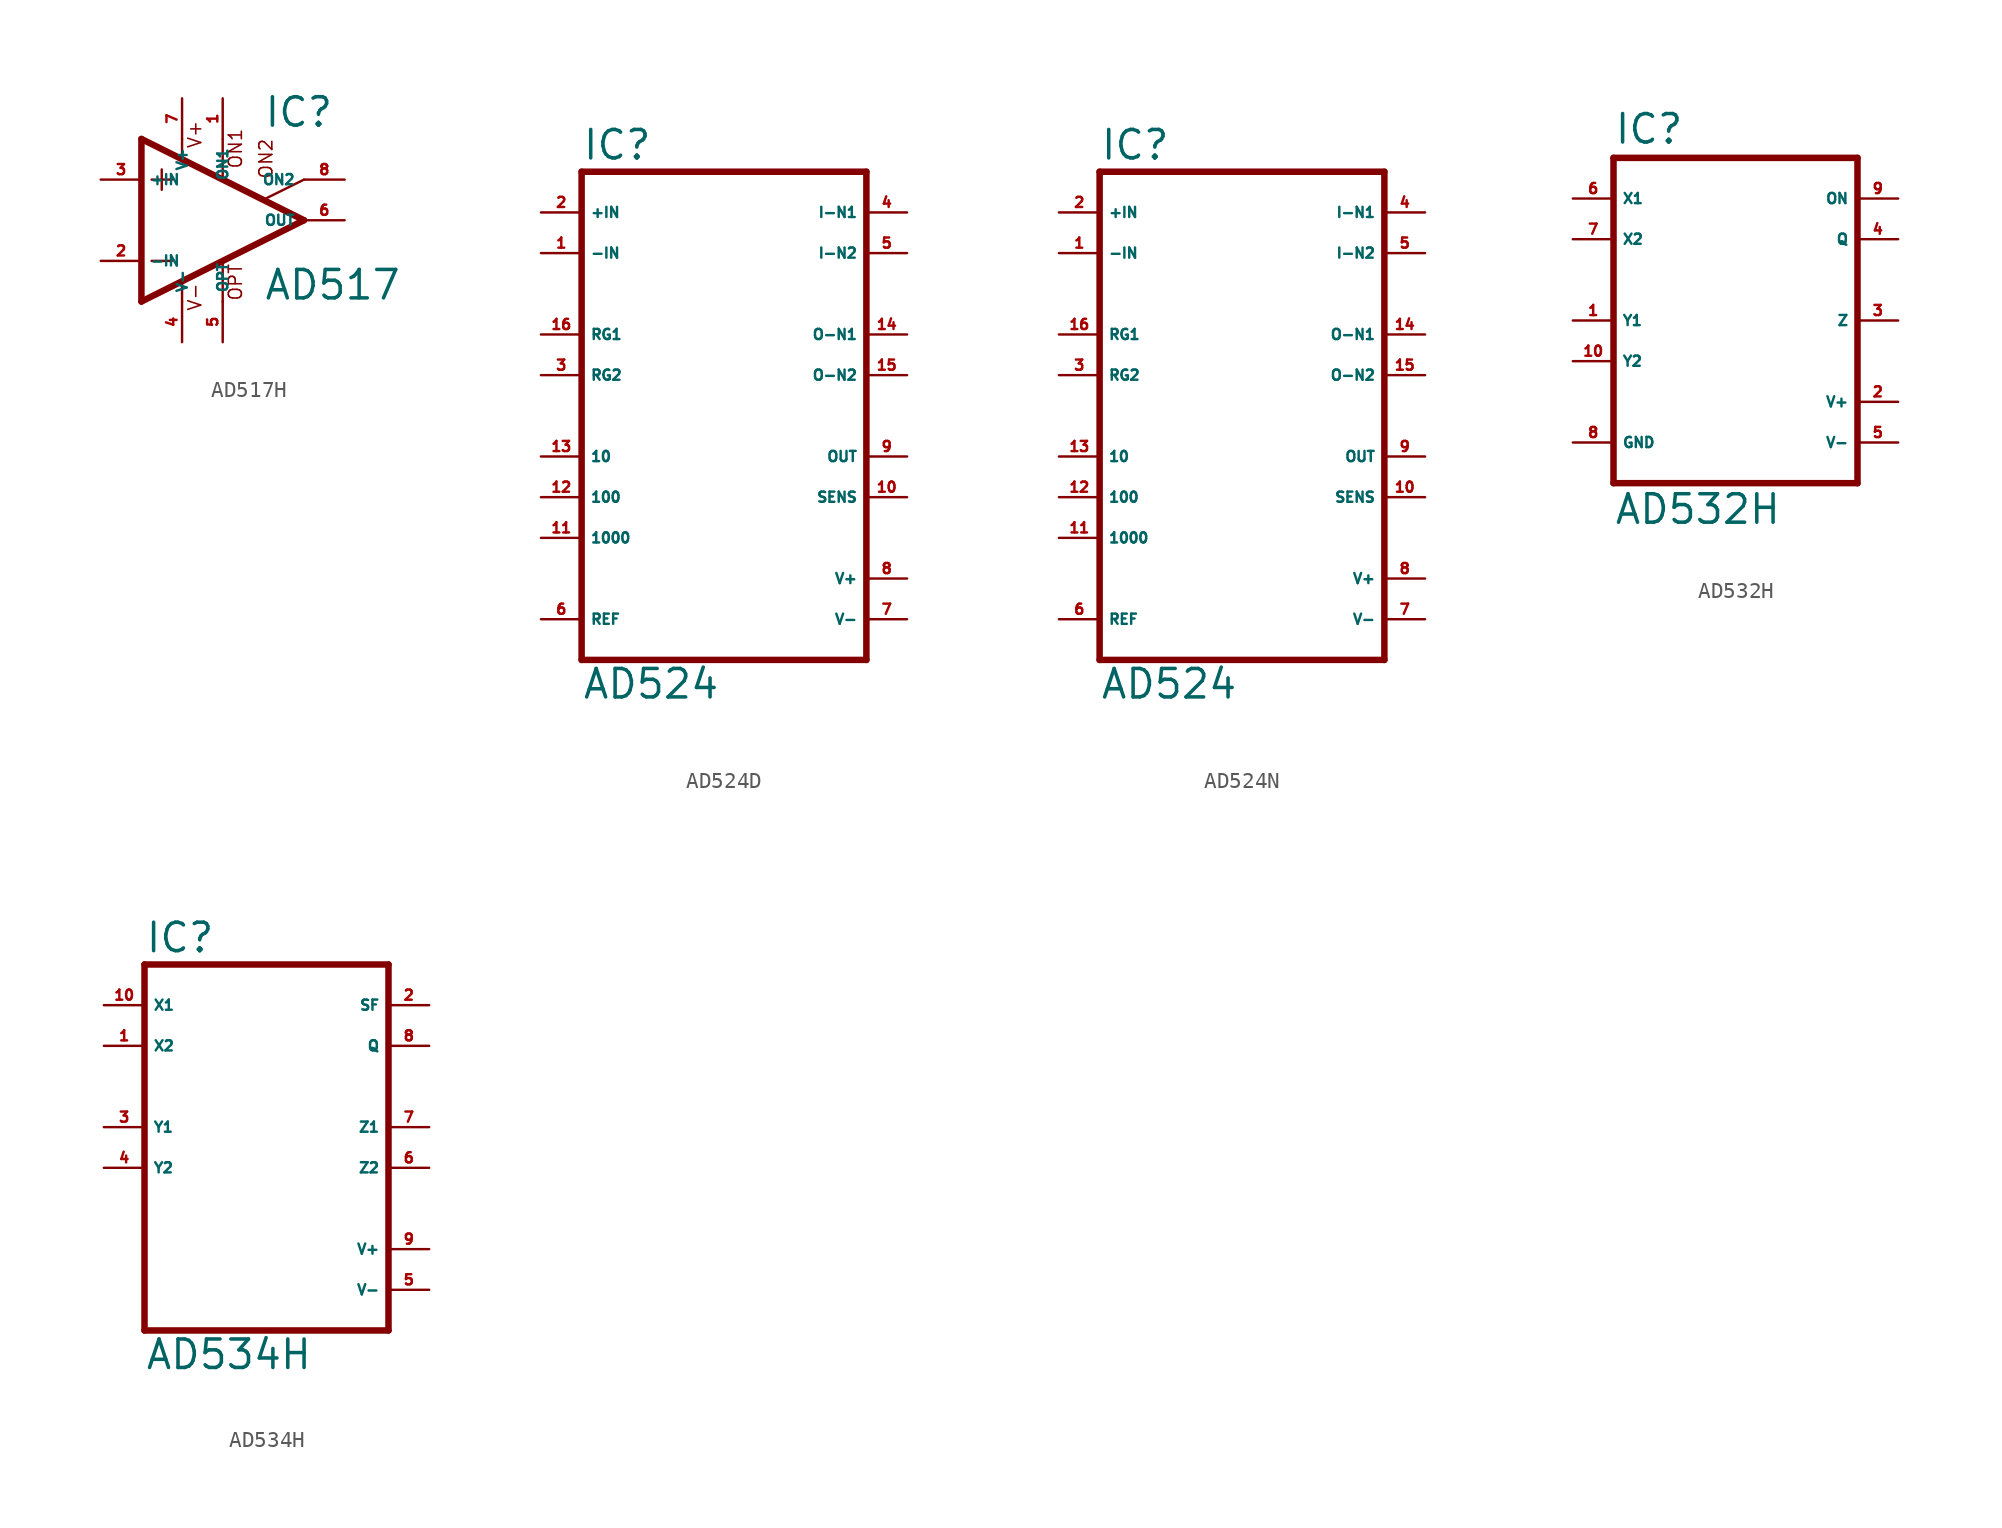
<source format=kicad_sym>
(kicad_symbol_lib
  (version 20220914)
  (generator Eagle2Kicad)
  (symbol "AD517H"
    (property "Reference" "IC"
      (at 2.54 5.715 0)
      (effects (font (size 1.778 1.778) (thickness 0.22)) (justify left bottom)))
    (property "Value" "AD517"
      (at 2.54 -5.08 0)
      (effects (font (size 1.778 1.778) (thickness 0.22)) (justify left bottom)))
    (polyline
      (pts (xy -3.81 3.175) (xy -3.81 1.905))
      (stroke (width 0.152) (type default))
      (fill (type none)))
    (polyline
      (pts (xy -4.445 2.54) (xy -3.175 2.54))
      (stroke (width 0.152) (type default))
      (fill (type none)))
    (polyline
      (pts (xy -4.445 -2.54) (xy -3.175 -2.54))
      (stroke (width 0.152) (type default))
      (fill (type none)))
    (polyline
      (pts (xy -2.54 5.08) (xy -2.54 3.886))
      (stroke (width 0.152) (type default))
      (fill (type none)))
    (polyline
      (pts (xy 0 5.055) (xy 0 2.616))
      (stroke (width 0.152) (type default))
      (fill (type none)))
    (polyline
      (pts (xy 0 -2.616) (xy 0 -5.08))
      (stroke (width 0.152) (type default))
      (fill (type none)))
    (polyline
      (pts (xy -2.54 -3.912) (xy -2.54 -5.08))
      (stroke (width 0.152) (type default))
      (fill (type none)))
    (polyline
      (pts (xy 5.08 2.54) (xy 2.616 1.321))
      (stroke (width 0.152) (type default))
      (fill (type none)))
    (polyline
      (pts (xy 5.08 0) (xy -5.08 5.08))
      (stroke (width 0.406) (type default))
      (fill (type none)))
    (polyline
      (pts (xy -5.08 5.08) (xy -5.08 -5.08))
      (stroke (width 0.406) (type default))
      (fill (type none)))
    (polyline
      (pts (xy -5.08 -5.08) (xy 5.08 0))
      (stroke (width 0.406) (type default))
      (fill (type none)))
    (text "ON1"
      (at 1.27 3.175 900)
      (effects (font (size 0.813 0.813) (thickness 0.10)) (justify left bottom)))
    (text "ON2"
      (at 3.175 2.54 900)
      (effects (font (size 0.813 0.813) (thickness 0.10)) (justify left bottom)))
    (text "OPT"
      (at 1.27 -5.08 900)
      (effects (font (size 0.813 0.813) (thickness 0.10)) (justify left bottom)))
    (text "V+"
      (at -1.27 4.445 900)
      (effects (font (size 0.813 0.813) (thickness 0.10)) (justify left bottom)))
    (text "V-"
      (at -1.27 -5.715 900)
      (effects (font (size 0.813 0.813) (thickness 0.10)) (justify left bottom)))
    (pin passive line
      (at 7.62 2.54 180)
      (length 2.54)
      (name "ON2" (effects (font (size 0.635 0.635) (thickness 0.08)) (justify left bottom)))
      (number "8" (effects (font (size 0.635 0.635) (thickness 0.08)) (justify left bottom))))
    (pin passive line
      (at 0 7.62 270)
      (length 2.54)
      (name "ON1" (effects (font (size 0.635 0.635) (thickness 0.08)) (justify left bottom)))
      (number "1" (effects (font (size 0.635 0.635) (thickness 0.08)) (justify left bottom))))
    (pin input line
      (at -7.62 -2.54 0)
      (length 2.54)
      (name "-IN" (effects (font (size 0.635 0.635) (thickness 0.08)) (justify left bottom)))
      (number "2" (effects (font (size 0.635 0.635) (thickness 0.08)) (justify left bottom))))
    (pin input line
      (at -7.62 2.54 0)
      (length 2.54)
      (name "+IN" (effects (font (size 0.635 0.635) (thickness 0.08)) (justify left bottom)))
      (number "3" (effects (font (size 0.635 0.635) (thickness 0.08)) (justify left bottom))))
    (pin output line
      (at 7.62 0 180)
      (length 2.54)
      (name "OUT" (effects (font (size 0.635 0.635) (thickness 0.08)) (justify left bottom)))
      (number "6" (effects (font (size 0.635 0.635) (thickness 0.08)) (justify left bottom))))
    (pin passive line
      (at 0 -7.62 90)
      (length 2.54)
      (name "OPT" (effects (font (size 0.635 0.635) (thickness 0.08)) (justify left bottom)))
      (number "5" (effects (font (size 0.635 0.635) (thickness 0.08)) (justify left bottom))))
    (pin unspecified line
      (at -2.54 7.62 270)
      (length 2.54)
      (name "V+" (effects (font (size 0.635 0.635) (thickness 0.08)) (justify left bottom)))
      (number "7" (effects (font (size 0.635 0.635) (thickness 0.08)) (justify left bottom))))
    (pin unspecified line
      (at -2.54 -7.62 90)
      (length 2.54)
      (name "V-" (effects (font (size 0.635 0.635) (thickness 0.08)) (justify left bottom)))
      (number "4" (effects (font (size 0.635 0.635) (thickness 0.08)) (justify left bottom)))))
  (symbol "AD524D"
    (property "Reference" "IC"
      (at -7.62 15.875 0)
      (effects (font (size 1.778 1.778) (thickness 0.22)) (justify left bottom)))
    (property "Value" "AD524"
      (at -7.62 -17.78 0)
      (effects (font (size 1.778 1.778) (thickness 0.22)) (justify left bottom)))
    (polyline
      (pts (xy -7.62 15.24) (xy -7.62 -15.24))
      (stroke (width 0.406) (type default))
      (fill (type none)))
    (polyline
      (pts (xy -7.62 -15.24) (xy 10.16 -15.24))
      (stroke (width 0.406) (type default))
      (fill (type none)))
    (polyline
      (pts (xy 10.16 -15.24) (xy 10.16 15.24))
      (stroke (width 0.406) (type default))
      (fill (type none)))
    (polyline
      (pts (xy 10.16 15.24) (xy -7.62 15.24))
      (stroke (width 0.406) (type default))
      (fill (type none)))
    (pin input line
      (at -10.16 12.7 0)
      (length 2.54)
      (name "+IN" (effects (font (size 0.635 0.635) (thickness 0.08)) (justify left bottom)))
      (number "2" (effects (font (size 0.635 0.635) (thickness 0.08)) (justify left bottom))))
    (pin input line
      (at -10.16 10.16 0)
      (length 2.54)
      (name "-IN" (effects (font (size 0.635 0.635) (thickness 0.08)) (justify left bottom)))
      (number "1" (effects (font (size 0.635 0.635) (thickness 0.08)) (justify left bottom))))
    (pin passive line
      (at -10.16 5.08 0)
      (length 2.54)
      (name "RG1" (effects (font (size 0.635 0.635) (thickness 0.08)) (justify left bottom)))
      (number "16" (effects (font (size 0.635 0.635) (thickness 0.08)) (justify left bottom))))
    (pin passive line
      (at -10.16 2.54 0)
      (length 2.54)
      (name "RG2" (effects (font (size 0.635 0.635) (thickness 0.08)) (justify left bottom)))
      (number "3" (effects (font (size 0.635 0.635) (thickness 0.08)) (justify left bottom))))
    (pin output line
      (at -10.16 -2.54 0)
      (length 2.54)
      (name "10" (effects (font (size 0.635 0.635) (thickness 0.08)) (justify left bottom)))
      (number "13" (effects (font (size 0.635 0.635) (thickness 0.08)) (justify left bottom))))
    (pin output line
      (at -10.16 -5.08 0)
      (length 2.54)
      (name "100" (effects (font (size 0.635 0.635) (thickness 0.08)) (justify left bottom)))
      (number "12" (effects (font (size 0.635 0.635) (thickness 0.08)) (justify left bottom))))
    (pin output line
      (at -10.16 -7.62 0)
      (length 2.54)
      (name "1000" (effects (font (size 0.635 0.635) (thickness 0.08)) (justify left bottom)))
      (number "11" (effects (font (size 0.635 0.635) (thickness 0.08)) (justify left bottom))))
    (pin input line
      (at -10.16 -12.7 0)
      (length 2.54)
      (name "REF" (effects (font (size 0.635 0.635) (thickness 0.08)) (justify left bottom)))
      (number "6" (effects (font (size 0.635 0.635) (thickness 0.08)) (justify left bottom))))
    (pin unspecified line
      (at 12.7 -12.7 180)
      (length 2.54)
      (name "V-" (effects (font (size 0.635 0.635) (thickness 0.08)) (justify left bottom)))
      (number "7" (effects (font (size 0.635 0.635) (thickness 0.08)) (justify left bottom))))
    (pin unspecified line
      (at 12.7 -10.16 180)
      (length 2.54)
      (name "V+" (effects (font (size 0.635 0.635) (thickness 0.08)) (justify left bottom)))
      (number "8" (effects (font (size 0.635 0.635) (thickness 0.08)) (justify left bottom))))
    (pin input line
      (at 12.7 -5.08 180)
      (length 2.54)
      (name "SENS" (effects (font (size 0.635 0.635) (thickness 0.08)) (justify left bottom)))
      (number "10" (effects (font (size 0.635 0.635) (thickness 0.08)) (justify left bottom))))
    (pin output line
      (at 12.7 -2.54 180)
      (length 2.54)
      (name "OUT" (effects (font (size 0.635 0.635) (thickness 0.08)) (justify left bottom)))
      (number "9" (effects (font (size 0.635 0.635) (thickness 0.08)) (justify left bottom))))
    (pin input line
      (at 12.7 2.54 180)
      (length 2.54)
      (name "O-N2" (effects (font (size 0.635 0.635) (thickness 0.08)) (justify left bottom)))
      (number "15" (effects (font (size 0.635 0.635) (thickness 0.08)) (justify left bottom))))
    (pin input line
      (at 12.7 5.08 180)
      (length 2.54)
      (name "O-N1" (effects (font (size 0.635 0.635) (thickness 0.08)) (justify left bottom)))
      (number "14" (effects (font (size 0.635 0.635) (thickness 0.08)) (justify left bottom))))
    (pin input line
      (at 12.7 10.16 180)
      (length 2.54)
      (name "I-N2" (effects (font (size 0.635 0.635) (thickness 0.08)) (justify left bottom)))
      (number "5" (effects (font (size 0.635 0.635) (thickness 0.08)) (justify left bottom))))
    (pin input line
      (at 12.7 12.7 180)
      (length 2.54)
      (name "I-N1" (effects (font (size 0.635 0.635) (thickness 0.08)) (justify left bottom)))
      (number "4" (effects (font (size 0.635 0.635) (thickness 0.08)) (justify left bottom)))))
  (symbol "AD524N"
    (property "Reference" "IC"
      (at -7.62 15.875 0)
      (effects (font (size 1.778 1.778) (thickness 0.22)) (justify left bottom)))
    (property "Value" "AD524"
      (at -7.62 -17.78 0)
      (effects (font (size 1.778 1.778) (thickness 0.22)) (justify left bottom)))
    (polyline
      (pts (xy -7.62 15.24) (xy -7.62 -15.24))
      (stroke (width 0.406) (type default))
      (fill (type none)))
    (polyline
      (pts (xy -7.62 -15.24) (xy 10.16 -15.24))
      (stroke (width 0.406) (type default))
      (fill (type none)))
    (polyline
      (pts (xy 10.16 -15.24) (xy 10.16 15.24))
      (stroke (width 0.406) (type default))
      (fill (type none)))
    (polyline
      (pts (xy 10.16 15.24) (xy -7.62 15.24))
      (stroke (width 0.406) (type default))
      (fill (type none)))
    (pin input line
      (at -10.16 12.7 0)
      (length 2.54)
      (name "+IN" (effects (font (size 0.635 0.635) (thickness 0.08)) (justify left bottom)))
      (number "2" (effects (font (size 0.635 0.635) (thickness 0.08)) (justify left bottom))))
    (pin input line
      (at -10.16 10.16 0)
      (length 2.54)
      (name "-IN" (effects (font (size 0.635 0.635) (thickness 0.08)) (justify left bottom)))
      (number "1" (effects (font (size 0.635 0.635) (thickness 0.08)) (justify left bottom))))
    (pin passive line
      (at -10.16 5.08 0)
      (length 2.54)
      (name "RG1" (effects (font (size 0.635 0.635) (thickness 0.08)) (justify left bottom)))
      (number "16" (effects (font (size 0.635 0.635) (thickness 0.08)) (justify left bottom))))
    (pin passive line
      (at -10.16 2.54 0)
      (length 2.54)
      (name "RG2" (effects (font (size 0.635 0.635) (thickness 0.08)) (justify left bottom)))
      (number "3" (effects (font (size 0.635 0.635) (thickness 0.08)) (justify left bottom))))
    (pin output line
      (at -10.16 -2.54 0)
      (length 2.54)
      (name "10" (effects (font (size 0.635 0.635) (thickness 0.08)) (justify left bottom)))
      (number "13" (effects (font (size 0.635 0.635) (thickness 0.08)) (justify left bottom))))
    (pin output line
      (at -10.16 -5.08 0)
      (length 2.54)
      (name "100" (effects (font (size 0.635 0.635) (thickness 0.08)) (justify left bottom)))
      (number "12" (effects (font (size 0.635 0.635) (thickness 0.08)) (justify left bottom))))
    (pin output line
      (at -10.16 -7.62 0)
      (length 2.54)
      (name "1000" (effects (font (size 0.635 0.635) (thickness 0.08)) (justify left bottom)))
      (number "11" (effects (font (size 0.635 0.635) (thickness 0.08)) (justify left bottom))))
    (pin input line
      (at -10.16 -12.7 0)
      (length 2.54)
      (name "REF" (effects (font (size 0.635 0.635) (thickness 0.08)) (justify left bottom)))
      (number "6" (effects (font (size 0.635 0.635) (thickness 0.08)) (justify left bottom))))
    (pin unspecified line
      (at 12.7 -12.7 180)
      (length 2.54)
      (name "V-" (effects (font (size 0.635 0.635) (thickness 0.08)) (justify left bottom)))
      (number "7" (effects (font (size 0.635 0.635) (thickness 0.08)) (justify left bottom))))
    (pin unspecified line
      (at 12.7 -10.16 180)
      (length 2.54)
      (name "V+" (effects (font (size 0.635 0.635) (thickness 0.08)) (justify left bottom)))
      (number "8" (effects (font (size 0.635 0.635) (thickness 0.08)) (justify left bottom))))
    (pin input line
      (at 12.7 -5.08 180)
      (length 2.54)
      (name "SENS" (effects (font (size 0.635 0.635) (thickness 0.08)) (justify left bottom)))
      (number "10" (effects (font (size 0.635 0.635) (thickness 0.08)) (justify left bottom))))
    (pin output line
      (at 12.7 -2.54 180)
      (length 2.54)
      (name "OUT" (effects (font (size 0.635 0.635) (thickness 0.08)) (justify left bottom)))
      (number "9" (effects (font (size 0.635 0.635) (thickness 0.08)) (justify left bottom))))
    (pin input line
      (at 12.7 2.54 180)
      (length 2.54)
      (name "O-N2" (effects (font (size 0.635 0.635) (thickness 0.08)) (justify left bottom)))
      (number "15" (effects (font (size 0.635 0.635) (thickness 0.08)) (justify left bottom))))
    (pin input line
      (at 12.7 5.08 180)
      (length 2.54)
      (name "O-N1" (effects (font (size 0.635 0.635) (thickness 0.08)) (justify left bottom)))
      (number "14" (effects (font (size 0.635 0.635) (thickness 0.08)) (justify left bottom))))
    (pin input line
      (at 12.7 10.16 180)
      (length 2.54)
      (name "I-N2" (effects (font (size 0.635 0.635) (thickness 0.08)) (justify left bottom)))
      (number "5" (effects (font (size 0.635 0.635) (thickness 0.08)) (justify left bottom))))
    (pin input line
      (at 12.7 12.7 180)
      (length 2.54)
      (name "I-N1" (effects (font (size 0.635 0.635) (thickness 0.08)) (justify left bottom)))
      (number "4" (effects (font (size 0.635 0.635) (thickness 0.08)) (justify left bottom)))))
  (symbol "AD532H"
    (property "Reference" "IC"
      (at -7.62 10.922 0)
      (effects (font (size 1.778 1.778) (thickness 0.22)) (justify left bottom)))
    (property "Value" "AD532H"
      (at -7.62 -12.827 0)
      (effects (font (size 1.778 1.778) (thickness 0.22)) (justify left bottom)))
    (polyline
      (pts (xy -7.62 -10.16) (xy 7.62 -10.16))
      (stroke (width 0.406) (type default))
      (fill (type none)))
    (polyline
      (pts (xy 7.62 -10.16) (xy 7.62 10.16))
      (stroke (width 0.406) (type default))
      (fill (type none)))
    (polyline
      (pts (xy 7.62 10.16) (xy -7.62 10.16))
      (stroke (width 0.406) (type default))
      (fill (type none)))
    (polyline
      (pts (xy -7.62 10.16) (xy -7.62 -10.16))
      (stroke (width 0.406) (type default))
      (fill (type none)))
    (pin input line
      (at -10.16 7.62 0)
      (length 2.54)
      (name "X1" (effects (font (size 0.635 0.635) (thickness 0.08)) (justify left bottom)))
      (number "6" (effects (font (size 0.635 0.635) (thickness 0.08)) (justify left bottom))))
    (pin output line
      (at 10.16 5.08 180)
      (length 2.54)
      (name "Q" (effects (font (size 0.635 0.635) (thickness 0.08)) (justify left bottom)))
      (number "4" (effects (font (size 0.635 0.635) (thickness 0.08)) (justify left bottom))))
    (pin input line
      (at 10.16 7.62 180)
      (length 2.54)
      (name "ON" (effects (font (size 0.635 0.635) (thickness 0.08)) (justify left bottom)))
      (number "9" (effects (font (size 0.635 0.635) (thickness 0.08)) (justify left bottom))))
    (pin input line
      (at -10.16 0 0)
      (length 2.54)
      (name "Y1" (effects (font (size 0.635 0.635) (thickness 0.08)) (justify left bottom)))
      (number "1" (effects (font (size 0.635 0.635) (thickness 0.08)) (justify left bottom))))
    (pin unspecified line
      (at -10.16 -7.62 0)
      (length 2.54)
      (name "GND" (effects (font (size 0.635 0.635) (thickness 0.08)) (justify left bottom)))
      (number "8" (effects (font (size 0.635 0.635) (thickness 0.08)) (justify left bottom))))
    (pin input line
      (at 10.16 0 180)
      (length 2.54)
      (name "Z" (effects (font (size 0.635 0.635) (thickness 0.08)) (justify left bottom)))
      (number "3" (effects (font (size 0.635 0.635) (thickness 0.08)) (justify left bottom))))
    (pin input line
      (at -10.16 5.08 0)
      (length 2.54)
      (name "X2" (effects (font (size 0.635 0.635) (thickness 0.08)) (justify left bottom)))
      (number "7" (effects (font (size 0.635 0.635) (thickness 0.08)) (justify left bottom))))
    (pin input line
      (at -10.16 -2.54 0)
      (length 2.54)
      (name "Y2" (effects (font (size 0.635 0.635) (thickness 0.08)) (justify left bottom)))
      (number "10" (effects (font (size 0.635 0.635) (thickness 0.08)) (justify left bottom))))
    (pin unspecified line
      (at 10.16 -5.08 180)
      (length 2.54)
      (name "V+" (effects (font (size 0.635 0.635) (thickness 0.08)) (justify left bottom)))
      (number "2" (effects (font (size 0.635 0.635) (thickness 0.08)) (justify left bottom))))
    (pin unspecified line
      (at 10.16 -7.62 180)
      (length 2.54)
      (name "V-" (effects (font (size 0.635 0.635) (thickness 0.08)) (justify left bottom)))
      (number "5" (effects (font (size 0.635 0.635) (thickness 0.08)) (justify left bottom)))))
  (symbol "AD534H"
    (property "Reference" "IC"
      (at -7.62 10.795 0)
      (effects (font (size 1.778 1.778) (thickness 0.22)) (justify left bottom)))
    (property "Value" "AD534H"
      (at -7.62 -15.24 0)
      (effects (font (size 1.778 1.778) (thickness 0.22)) (justify left bottom)))
    (polyline
      (pts (xy -7.62 -12.7) (xy 7.62 -12.7))
      (stroke (width 0.406) (type default))
      (fill (type none)))
    (polyline
      (pts (xy 7.62 -12.7) (xy 7.62 10.16))
      (stroke (width 0.406) (type default))
      (fill (type none)))
    (polyline
      (pts (xy 7.62 10.16) (xy -7.62 10.16))
      (stroke (width 0.406) (type default))
      (fill (type none)))
    (polyline
      (pts (xy -7.62 10.16) (xy -7.62 -12.7))
      (stroke (width 0.406) (type default))
      (fill (type none)))
    (pin input line
      (at -10.16 7.62 0)
      (length 2.54)
      (name "X1" (effects (font (size 0.635 0.635) (thickness 0.08)) (justify left bottom)))
      (number "10" (effects (font (size 0.635 0.635) (thickness 0.08)) (justify left bottom))))
    (pin output line
      (at 10.16 5.08 180)
      (length 2.54)
      (name "Q" (effects (font (size 0.635 0.635) (thickness 0.08)) (justify left bottom)))
      (number "8" (effects (font (size 0.635 0.635) (thickness 0.08)) (justify left bottom))))
    (pin input line
      (at 10.16 7.62 180)
      (length 2.54)
      (name "SF" (effects (font (size 0.635 0.635) (thickness 0.08)) (justify left bottom)))
      (number "2" (effects (font (size 0.635 0.635) (thickness 0.08)) (justify left bottom))))
    (pin input line
      (at -10.16 0 0)
      (length 2.54)
      (name "Y1" (effects (font (size 0.635 0.635) (thickness 0.08)) (justify left bottom)))
      (number "3" (effects (font (size 0.635 0.635) (thickness 0.08)) (justify left bottom))))
    (pin input line
      (at 10.16 -2.54 180)
      (length 2.54)
      (name "Z2" (effects (font (size 0.635 0.635) (thickness 0.08)) (justify left bottom)))
      (number "6" (effects (font (size 0.635 0.635) (thickness 0.08)) (justify left bottom))))
    (pin input line
      (at 10.16 0 180)
      (length 2.54)
      (name "Z1" (effects (font (size 0.635 0.635) (thickness 0.08)) (justify left bottom)))
      (number "7" (effects (font (size 0.635 0.635) (thickness 0.08)) (justify left bottom))))
    (pin input line
      (at -10.16 5.08 0)
      (length 2.54)
      (name "X2" (effects (font (size 0.635 0.635) (thickness 0.08)) (justify left bottom)))
      (number "1" (effects (font (size 0.635 0.635) (thickness 0.08)) (justify left bottom))))
    (pin input line
      (at -10.16 -2.54 0)
      (length 2.54)
      (name "Y2" (effects (font (size 0.635 0.635) (thickness 0.08)) (justify left bottom)))
      (number "4" (effects (font (size 0.635 0.635) (thickness 0.08)) (justify left bottom))))
    (pin unspecified line
      (at 10.16 -7.62 180)
      (length 2.54)
      (name "V+" (effects (font (size 0.635 0.635) (thickness 0.08)) (justify left bottom)))
      (number "9" (effects (font (size 0.635 0.635) (thickness 0.08)) (justify left bottom))))
    (pin unspecified line
      (at 10.16 -10.16 180)
      (length 2.54)
      (name "V-" (effects (font (size 0.635 0.635) (thickness 0.08)) (justify left bottom)))
      (number "5" (effects (font (size 0.635 0.635) (thickness 0.08)) (justify left bottom))))))
</source>
